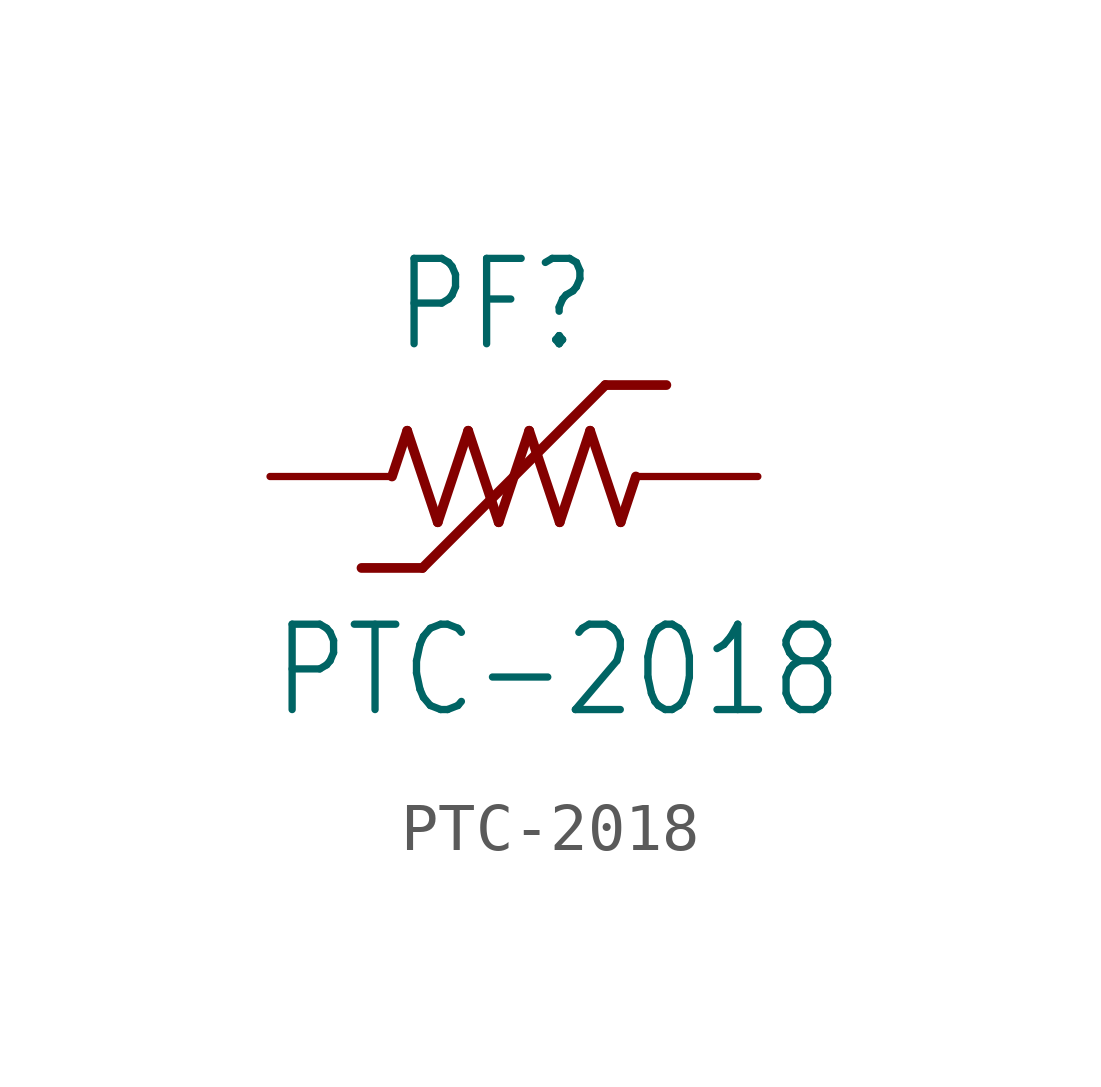
<source format=kicad_sym>
(kicad_symbol_lib
  (version 20211014)
  (generator kicad_symbol_editor)
  (symbol "PTC-2018"
    (property "Reference" "PF"
      (at -2.54 2.54 0)
      (effects (font (size 1.778 1.511)) (justify left bottom)))
    (property "Value" "PTC-2018"
      (at -5.08 -5.08 0)
      (effects (font (size 1.778 1.511)) (justify left bottom)))
    (property "ki_locked" ""
      (at 0 0 0)
      (effects (font (size 1.27 1.27))))
    (symbol "PTC-2018_1_0"
      (polyline (pts (xy -2.54 0) (xy -2.223 0.953)) (stroke (width 0.203) (type default) (color 0 0 0 0)) (fill (type none)))
      (polyline (pts (xy -2.223 0.953) (xy -1.587 -0.953)) (stroke (width 0.203) (type default) (color 0 0 0 0)) (fill (type none)))
      (polyline (pts (xy -1.905 -1.905) (xy -3.175 -1.905)) (stroke (width 0.203) (type default) (color 0 0 0 0)) (fill (type none)))
      (polyline (pts (xy -1.587 -0.953) (xy -0.953 0.953)) (stroke (width 0.203) (type default) (color 0 0 0 0)) (fill (type none)))
      (polyline (pts (xy -0.953 0.953) (xy -0.318 -0.953)) (stroke (width 0.203) (type default) (color 0 0 0 0)) (fill (type none)))
      (polyline (pts (xy -0.318 -0.953) (xy 0.318 0.953)) (stroke (width 0.203) (type default) (color 0 0 0 0)) (fill (type none)))
      (polyline (pts (xy 0.318 0.953) (xy 0.953 -0.953)) (stroke (width 0.203) (type default) (color 0 0 0 0)) (fill (type none)))
      (polyline (pts (xy 0.953 -0.953) (xy 1.587 0.953)) (stroke (width 0.203) (type default) (color 0 0 0 0)) (fill (type none)))
      (polyline (pts (xy 1.587 0.953) (xy 2.223 -0.953)) (stroke (width 0.203) (type default) (color 0 0 0 0)) (fill (type none)))
      (polyline (pts (xy 1.905 1.905) (xy -1.905 -1.905)) (stroke (width 0.203) (type default) (color 0 0 0 0)) (fill (type none)))
      (polyline (pts (xy 2.223 -0.953) (xy 2.54 0)) (stroke (width 0.203) (type default) (color 0 0 0 0)) (fill (type none)))
      (polyline (pts (xy 3.175 1.905) (xy 1.905 1.905)) (stroke (width 0.203) (type default) (color 0 0 0 0)) (fill (type none)))
      (pin passive line (at -5.08 0 0) (length 2.54) (name "1" (effects (font (size 0 0)))) (number "1" (effects (font (size 0 0)))))
      (pin passive line (at 5.08 0 180) (length 2.54) (name "2" (effects (font (size 0 0)))) (number "2" (effects (font (size 0 0))))))))
</source>
